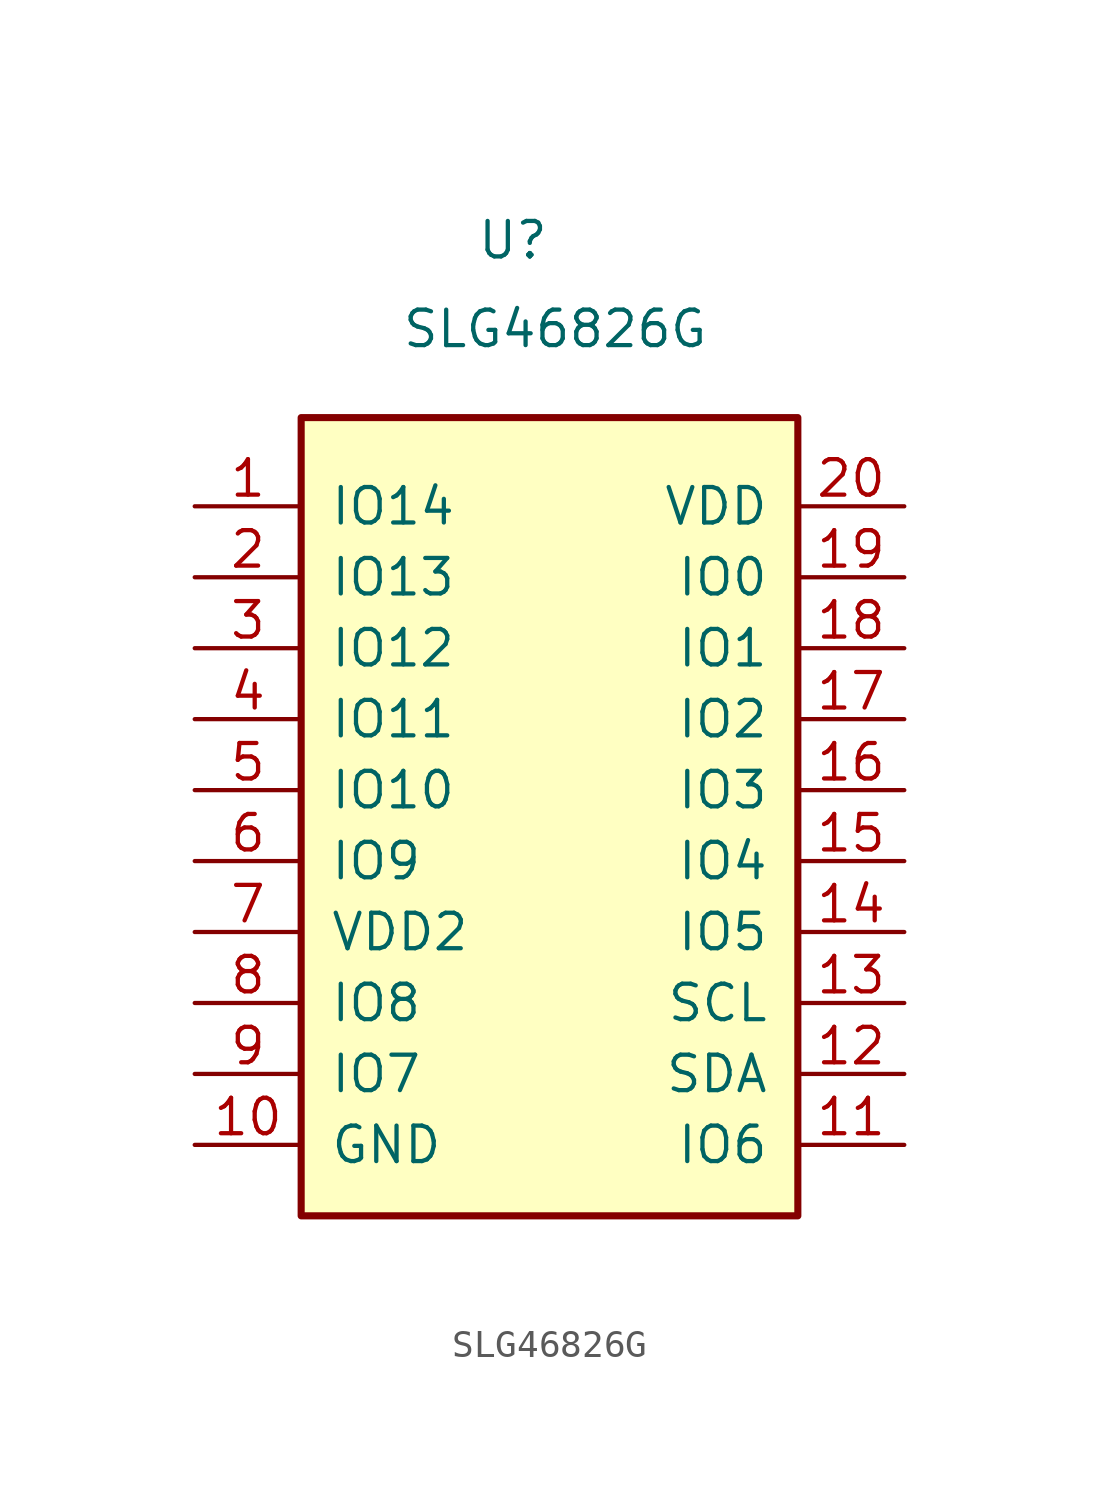
<source format=kicad_sym>
(kicad_symbol_lib
  (version 20220914)
  (generator kicad_symbol_editor)
  (symbol "SLG46826G"
    (pin_names
      (offset 1.016))
    (property "Reference" "U"
      (at 0 20.955 0)
      (effects (font (size 1.27 1.27)) (justify right)))
    (property "Value" "SLG46826G"
      (at 5.715 17.78 0)
      (effects (font (size 1.27 1.27)) (justify right)))
    (symbol "SLG46826G_0_1"
      (rectangle (start -8.89 14.605) (end 8.89 -13.97) (stroke (width 0.254) (type default)) (fill (type background))))
    (symbol "SLG46826G_1_1"
      (pin tri_state line (at -12.7 11.43 0) (length 3.81) (name "IO14" (effects (font (size 1.27 1.27)))) (number "1" (effects (font (size 1.27 1.27)))))
      (pin power_in line (at -12.7 -11.43 0) (length 3.81) (name "GND" (effects (font (size 1.27 1.27)))) (number "10" (effects (font (size 1.27 1.27)))))
      (pin tri_state line (at 12.7 -11.43 180) (length 3.81) (name "IO6" (effects (font (size 1.27 1.27)))) (number "11" (effects (font (size 1.27 1.27)))))
      (pin tri_state line (at 12.7 -8.89 180) (length 3.81) (name "SDA" (effects (font (size 1.27 1.27)))) (number "12" (effects (font (size 1.27 1.27)))))
      (pin tri_state line (at 12.7 -6.35 180) (length 3.81) (name "SCL" (effects (font (size 1.27 1.27)))) (number "13" (effects (font (size 1.27 1.27)))))
      (pin tri_state line (at 12.7 -3.81 180) (length 3.81) (name "IO5" (effects (font (size 1.27 1.27)))) (number "14" (effects (font (size 1.27 1.27)))))
      (pin tri_state line (at 12.7 -1.27 180) (length 3.81) (name "IO4" (effects (font (size 1.27 1.27)))) (number "15" (effects (font (size 1.27 1.27)))))
      (pin tri_state line (at 12.7 1.27 180) (length 3.81) (name "IO3" (effects (font (size 1.27 1.27)))) (number "16" (effects (font (size 1.27 1.27)))))
      (pin tri_state line (at 12.7 3.81 180) (length 3.81) (name "IO2" (effects (font (size 1.27 1.27)))) (number "17" (effects (font (size 1.27 1.27)))))
      (pin tri_state line (at 12.7 6.35 180) (length 3.81) (name "IO1" (effects (font (size 1.27 1.27)))) (number "18" (effects (font (size 1.27 1.27)))))
      (pin tri_state line (at 12.7 8.89 180) (length 3.81) (name "IO0" (effects (font (size 1.27 1.27)))) (number "19" (effects (font (size 1.27 1.27)))))
      (pin tri_state line (at -12.7 8.89 0) (length 3.81) (name "IO13" (effects (font (size 1.27 1.27)))) (number "2" (effects (font (size 1.27 1.27)))))
      (pin power_in line (at 12.7 11.43 180) (length 3.81) (name "VDD" (effects (font (size 1.27 1.27)))) (number "20" (effects (font (size 1.27 1.27)))))
      (pin tri_state line (at -12.7 6.35 0) (length 3.81) (name "IO12" (effects (font (size 1.27 1.27)))) (number "3" (effects (font (size 1.27 1.27)))))
      (pin tri_state line (at -12.7 3.81 0) (length 3.81) (name "IO11" (effects (font (size 1.27 1.27)))) (number "4" (effects (font (size 1.27 1.27)))))
      (pin tri_state line (at -12.7 1.27 0) (length 3.81) (name "IO10" (effects (font (size 1.27 1.27)))) (number "5" (effects (font (size 1.27 1.27)))))
      (pin tri_state line (at -12.7 -1.27 0) (length 3.81) (name "IO9" (effects (font (size 1.27 1.27)))) (number "6" (effects (font (size 1.27 1.27)))))
      (pin power_in line (at -12.7 -3.81 0) (length 3.81) (name "VDD2" (effects (font (size 1.27 1.27)))) (number "7" (effects (font (size 1.27 1.27)))))
      (pin tri_state line (at -12.7 -6.35 0) (length 3.81) (name "IO8" (effects (font (size 1.27 1.27)))) (number "8" (effects (font (size 1.27 1.27)))))
      (pin tri_state line (at -12.7 -8.89 0) (length 3.81) (name "IO7" (effects (font (size 1.27 1.27)))) (number "9" (effects (font (size 1.27 1.27))))))))
</source>
